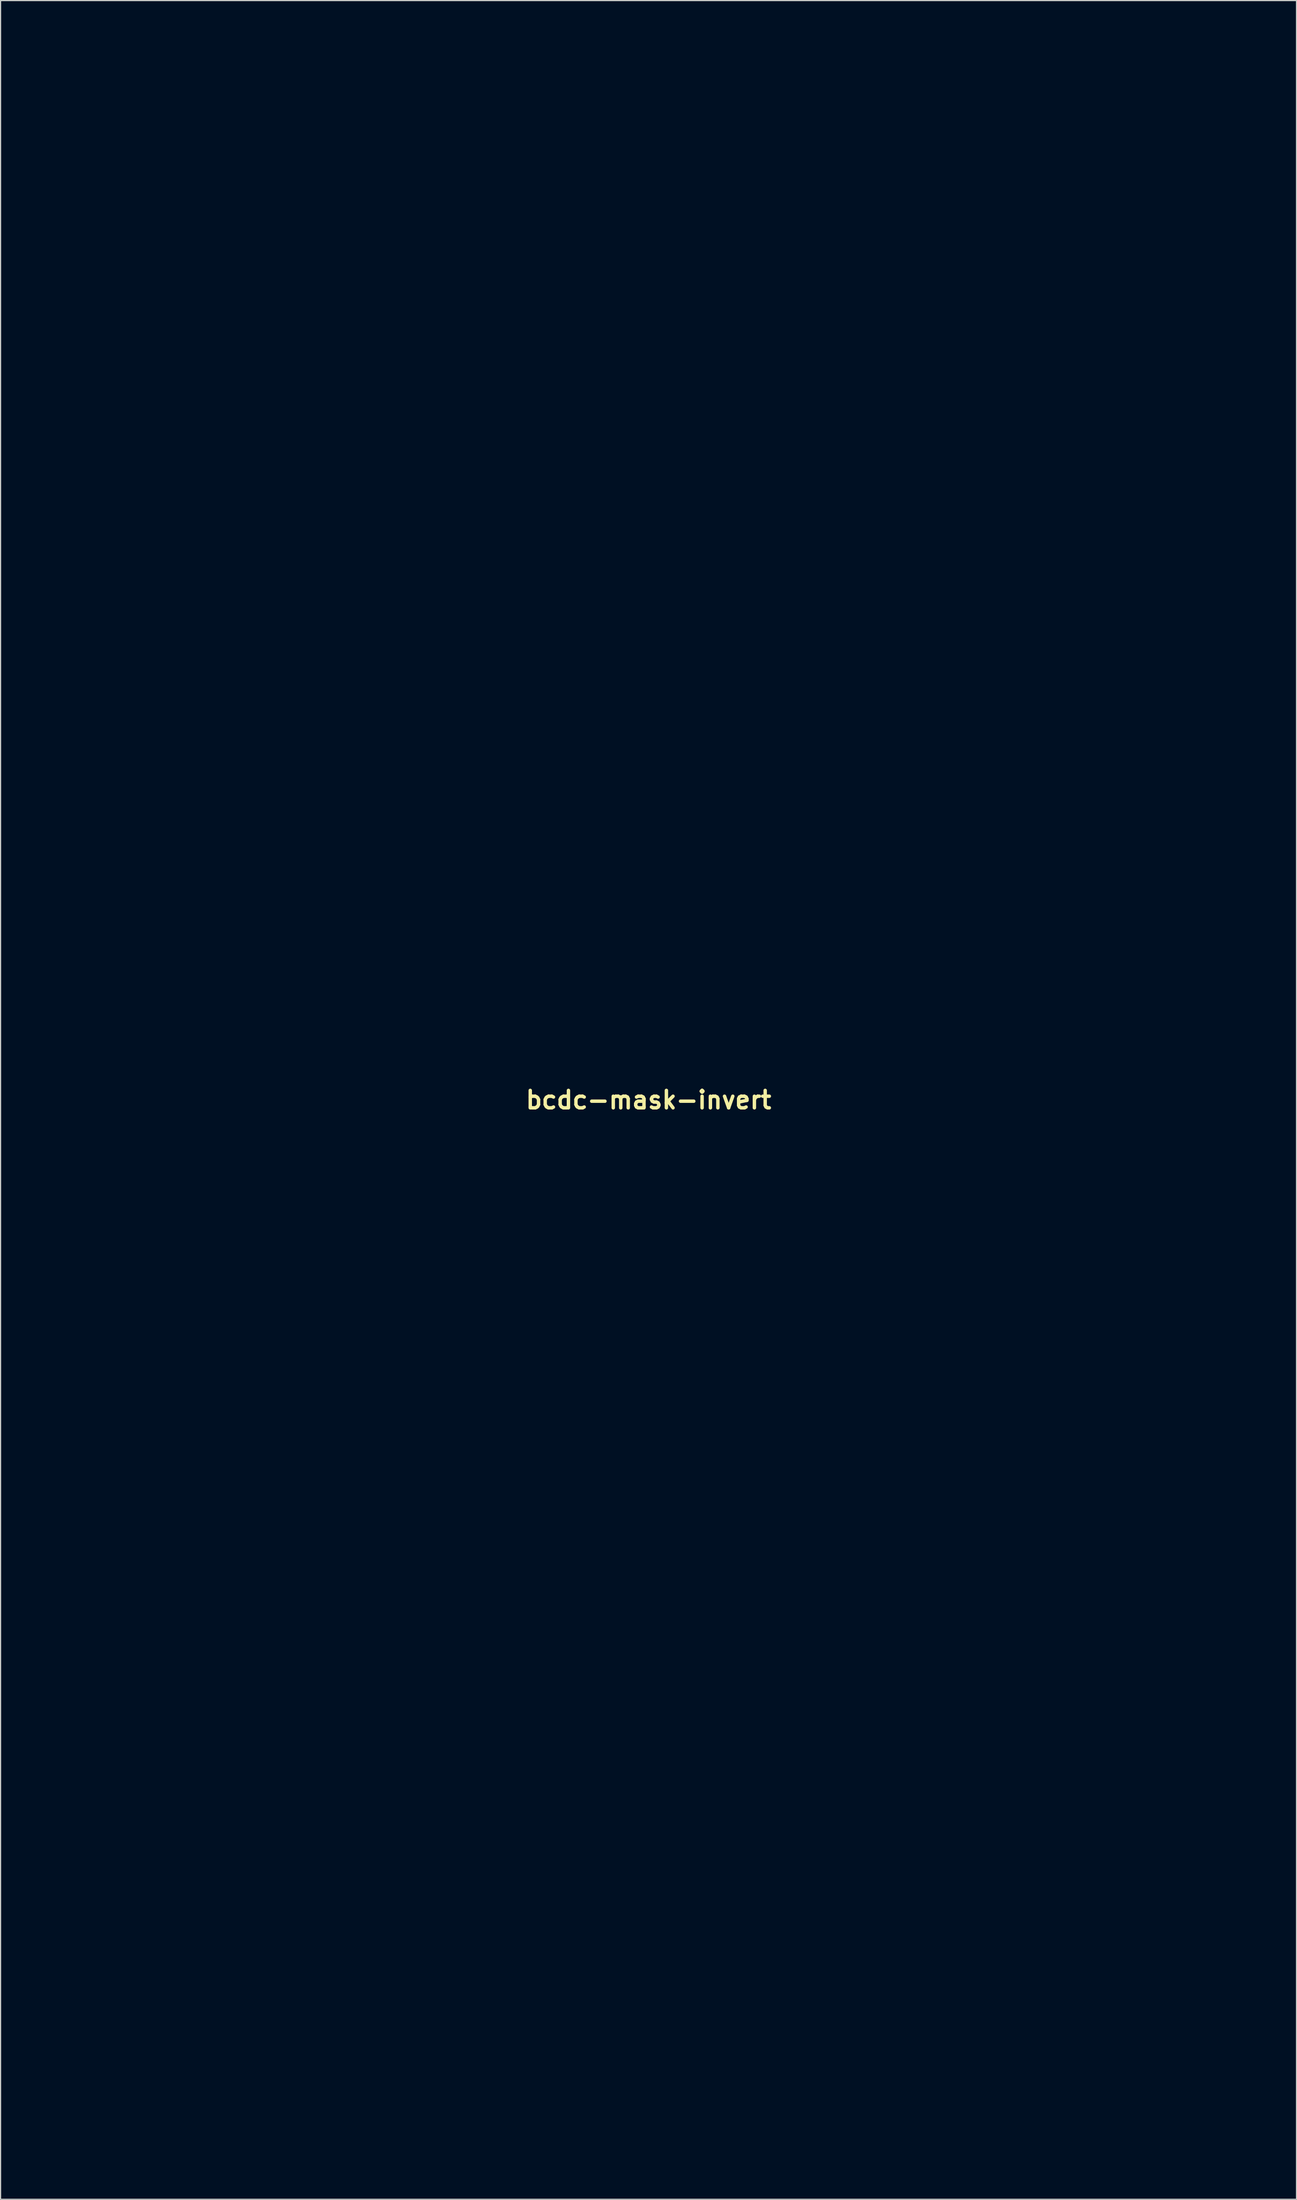
<source format=kicad_pcb>
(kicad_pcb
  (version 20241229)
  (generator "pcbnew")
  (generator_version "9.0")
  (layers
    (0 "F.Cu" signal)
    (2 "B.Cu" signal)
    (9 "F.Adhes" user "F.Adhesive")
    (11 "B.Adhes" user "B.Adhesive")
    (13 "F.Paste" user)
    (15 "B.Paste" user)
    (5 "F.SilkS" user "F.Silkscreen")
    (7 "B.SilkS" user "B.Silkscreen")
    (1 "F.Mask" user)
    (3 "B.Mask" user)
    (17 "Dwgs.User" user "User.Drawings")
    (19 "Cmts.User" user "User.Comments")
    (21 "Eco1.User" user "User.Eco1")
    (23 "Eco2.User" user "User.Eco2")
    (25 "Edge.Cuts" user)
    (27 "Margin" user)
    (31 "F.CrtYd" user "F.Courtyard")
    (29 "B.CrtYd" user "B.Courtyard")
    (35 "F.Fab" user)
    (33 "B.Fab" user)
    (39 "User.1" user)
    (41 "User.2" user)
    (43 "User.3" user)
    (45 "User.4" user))
  (footprint "bcdc-mask-invert"
    (layer "F.Cu")
    (at 53.647 93.079)
    (property "Reference" "bcdc-mask-invert" (at 0 0 0) (layer "F.SilkS") (effects (font (size 1.524 1.524) (thickness 0.3))))
    (attr through_hole)
    (fp_poly (pts (xy -7.549 -39.765) (xy -7.497 -34.891) (xy -7.483 -33.312) (xy -7.484 -32.047) (xy -7.506 -31.057) (xy -7.554 -30.3) (xy -7.634 -29.736) (xy -7.751 -29.324) (xy -7.912 -29.025) (xy -8.123 -28.796) (xy -8.388 -28.599) (xy -8.393 -28.596) (xy -8.646 -28.544) (xy -9.222 -28.495) (xy -10.086 -28.451) (xy -11.206 -28.412) (xy -12.548 -28.376) (xy -14.08 -28.345) (xy -15.767 -28.318) (xy -17.578 -28.296) (xy -19.478 -28.278) (xy -21.434 -28.266) (xy -23.414 -28.258) (xy -25.384 -28.256) (xy -27.31 -28.258) (xy -29.16 -28.266) (xy -30.901 -28.28) (xy -32.499 -28.298) (xy -33.921 -28.323) (xy -35.133 -28.353) (xy -36.104 -28.389) (xy -36.798 -28.432) (xy -37.184 -28.48) (xy -37.234 -28.495) (xy -37.546 -28.64) (xy -37.795 -28.795) (xy -37.988 -29.001) (xy -38.131 -29.296) (xy -38.233 -29.721) (xy -38.3 -30.314) (xy -38.34 -31.115) (xy -38.359 -32.163) (xy -38.366 -33.498) (xy -38.366 -34.69) (xy -38.366 -39.815) (xy -37.847 -40.334) (xy -37.328 -40.853) (xy -8.592 -40.853) (xy -7.549 -39.765)) (stroke (width 0.01) (type solid)) (fill yes) (layer "F.Mask"))
    (fp_poly (pts (xy 22.322 -40.849) (xy 24.926 -40.848) (xy 27.197 -40.846) (xy 29.16 -40.842) (xy 30.837 -40.837) (xy 32.252 -40.828) (xy 33.428 -40.817) (xy 34.388 -40.803) (xy 35.156 -40.784) (xy 35.755 -40.761) (xy 36.208 -40.733) (xy 36.538 -40.7) (xy 36.769 -40.66) (xy 36.924 -40.614) (xy 37.026 -40.562) (xy 37.058 -40.538) (xy 37.28 -40.342) (xy 37.455 -40.126) (xy 37.588 -39.848) (xy 37.686 -39.465) (xy 37.754 -38.936) (xy 37.797 -38.218) (xy 37.821 -37.269) (xy 37.831 -36.047) (xy 37.833 -34.604) (xy 37.831 -33.153) (xy 37.824 -32.013) (xy 37.81 -31.14) (xy 37.785 -30.491) (xy 37.746 -30.02) (xy 37.691 -29.685) (xy 37.617 -29.441) (xy 37.522 -29.244) (xy 37.487 -29.185) (xy 36.965 -28.648) (xy 36.466 -28.431) (xy 36.171 -28.399) (xy 35.556 -28.37) (xy 34.654 -28.344) (xy 33.499 -28.322) (xy 32.125 -28.302) (xy 30.567 -28.287) (xy 28.859 -28.274) (xy 27.034 -28.265) (xy 25.127 -28.259) (xy 23.172 -28.256) (xy 21.202 -28.257) (xy 19.252 -28.261) (xy 17.356 -28.268) (xy 15.548 -28.279) (xy 13.862 -28.293) (xy 12.332 -28.31) (xy 10.991 -28.33) (xy 9.875 -28.353) (xy 9.018 -28.38) (xy 8.452 -28.41) (xy 8.226 -28.438) (xy 7.702 -28.702) (xy 7.294 -29.067) (xy 7.188 -29.217) (xy 7.104 -29.392) (xy 7.041 -29.635) (xy 6.995 -29.987) (xy 6.963 -30.49) (xy 6.943 -31.185) (xy 6.932 -32.115) (xy 6.928 -33.321) (xy 6.927 -34.674) (xy 6.927 -39.815) (xy 7.446 -40.334) (xy 7.966 -40.853) (xy 22.322 -40.849)) (stroke (width 0.01) (type solid)) (fill yes) (layer "F.Mask"))
    (fp_poly (pts (xy 1.075 -0.827) (xy 3.488 -0.601) (xy 5.862 -0.167) (xy 8.153 0.457) (xy 10.315 1.258) (xy 12.303 2.218) (xy 14.075 3.321) (xy 15.584 4.552) (xy 16.534 5.571) (xy 17.649 7.211) (xy 18.446 8.984) (xy 18.919 10.851) (xy 19.058 12.773) (xy 18.855 14.713) (xy 18.661 15.546) (xy 18.095 17.225) (xy 17.397 18.59) (xy 16.543 19.665) (xy 15.512 20.475) (xy 14.281 21.041) (xy 13.357 21.293) (xy 12.058 21.459) (xy 10.962 21.35) (xy 10.036 20.956) (xy 9.244 20.266) (xy 8.966 19.915) (xy 8.483 19.13) (xy 8.134 18.258) (xy 7.896 17.219) (xy 7.748 15.934) (xy 7.716 15.453) (xy 7.62 14.203) (xy 7.476 13.264) (xy 7.251 12.593) (xy 6.911 12.147) (xy 6.425 11.883) (xy 5.759 11.756) (xy 4.883 11.723) (xy 3.915 11.767) (xy 3.074 11.886) (xy 2.642 12.002) (xy 1.703 12.236) (xy 0.56 12.366) (xy -0.649 12.388) (xy -1.786 12.298) (xy -2.487 12.16) (xy -3.23 12.004) (xy -4.152 11.87) (xy -5.076 11.784) (xy -5.246 11.775) (xy -6.031 11.747) (xy -6.554 11.762) (xy -6.908 11.832) (xy -7.184 11.971) (xy -7.346 12.09) (xy -7.669 12.388) (xy -7.907 12.738) (xy -8.078 13.205) (xy -8.202 13.854) (xy -8.297 14.749) (xy -8.356 15.542) (xy -8.476 16.867) (xy -8.652 17.911) (xy -8.906 18.748) (xy -9.26 19.449) (xy -9.725 20.075) (xy -10.528 20.825) (xy -11.426 21.279) (xy -12.467 21.452) (xy -13.7 21.357) (xy -13.984 21.305) (xy -15.39 20.871) (xy -16.595 20.159) (xy -17.606 19.161) (xy -18.43 17.871) (xy -19.073 16.281) (xy -19.354 15.264) (xy -19.667 13.27) (xy -19.63 11.337) (xy -19.243 9.459) (xy -18.548 7.711) (xy -17.573 6.129) (xy -16.288 4.674) (xy -14.719 3.361) (xy -12.891 2.2) (xy -10.831 1.206) (xy -8.564 0.391) (xy -6.117 -0.232) (xy -3.516 -0.651) (xy -1.332 -0.829) (xy 1.075 -0.827)) (stroke (width 0.01) (type solid)) (fill yes) (layer "F.Mask"))
    (fp_poly (pts (xy 53.642 93.074) (xy -53.642 93.074) (xy -53.642 -4.929) (xy -43.573 -4.929) (xy -43.554 -3.799) (xy -43.48 -2.444) (xy -43.357 -0.929) (xy -43.193 0.686) (xy -42.993 2.338) (xy -42.765 3.964) (xy -42.514 5.502) (xy -42.247 6.889) (xy -42.165 7.269) (xy -41.524 9.704) (xy -40.715 11.983) (xy -39.697 14.201) (xy -38.431 16.449) (xy -37.652 17.673) (xy -36.925 18.738) (xy -36.027 19.99) (xy -35.022 21.345) (xy -33.97 22.722) (xy -32.935 24.039) (xy -31.978 25.212) (xy -31.871 25.339) (xy -30.7 26.934) (xy -29.855 28.567) (xy -29.307 30.305) (xy -29.041 32.076) (xy -29.028 32.715) (xy -29.066 33.676) (xy -29.151 34.932) (xy -29.28 36.456) (xy -29.449 38.218) (xy -29.655 40.191) (xy -29.894 42.346) (xy -30.163 44.657) (xy -30.459 47.094) (xy -30.777 49.629) (xy -31.115 52.235) (xy -31.469 54.884) (xy -31.835 57.546) (xy -32.211 60.196) (xy -32.592 62.803) (xy -32.975 65.341) (xy -33.357 67.781) (xy -33.734 70.094) (xy -33.774 70.338) (xy -34.129 72.619) (xy -34.373 74.598) (xy -34.506 76.313) (xy -34.528 77.801) (xy -34.436 79.1) (xy -34.23 80.245) (xy -33.91 81.274) (xy -33.473 82.224) (xy -33.447 82.272) (xy -32.696 83.329) (xy -31.686 84.272) (xy -30.562 84.987) (xy -29.719 85.339) (xy -28.565 85.709) (xy -27.143 86.087) (xy -25.497 86.465) (xy -23.67 86.835) (xy -21.706 87.187) (xy -19.647 87.512) (xy -17.538 87.803) (xy -15.421 88.051) (xy -14.92 88.103) (xy -12.941 88.272) (xy -10.676 88.415) (xy -8.196 88.531) (xy -5.569 88.619) (xy -2.864 88.677) (xy -0.152 88.704) (xy 2.499 88.701) (xy 5.019 88.665) (xy 7.34 88.595) (xy 9.391 88.491) (xy 9.769 88.466) (xy 12.547 88.251) (xy 15.056 88.013) (xy 17.381 87.741) (xy 19.608 87.424) (xy 21.824 87.052) (xy 24.112 86.612) (xy 24.245 86.585) (xy 25.811 86.256) (xy 27.078 85.965) (xy 28.098 85.696) (xy 28.925 85.43) (xy 29.61 85.153) (xy 30.206 84.847) (xy 30.695 84.543) (xy 31.665 83.792) (xy 32.402 82.956) (xy 33.008 81.913) (xy 33.127 81.659) (xy 33.467 80.769) (xy 33.708 79.784) (xy 33.851 78.67) (xy 33.896 77.391) (xy 33.841 75.913) (xy 33.688 74.201) (xy 33.436 72.219) (xy 33.085 69.933) (xy 33.064 69.806) (xy 32.499 66.267) (xy 31.922 62.454) (xy 31.344 58.447) (xy 30.776 54.326) (xy 30.229 50.171) (xy 29.713 46.062) (xy 29.24 42.079) (xy 28.943 39.432) (xy 28.715 37.29) (xy 28.546 35.451) (xy 28.449 33.869) (xy 28.435 32.496) (xy 28.518 31.283) (xy 28.711 30.183) (xy 29.025 29.147) (xy 29.475 28.128) (xy 30.071 27.078) (xy 30.828 25.949) (xy 31.757 24.692) (xy 32.872 23.261) (xy 33.383 22.616) (xy 35.108 20.381) (xy 36.583 18.327) (xy 37.833 16.409) (xy 38.882 14.58) (xy 39.752 12.794) (xy 40.469 11.005) (xy 41.057 9.168) (xy 41.538 7.236) (xy 41.641 6.75) (xy 41.896 5.402) (xy 42.136 3.927) (xy 42.356 2.377) (xy 42.552 0.804) (xy 42.717 -0.741) (xy 42.848 -2.207) (xy 42.94 -3.54) (xy 42.986 -4.69) (xy 42.983 -5.604) (xy 42.925 -6.232) (xy 42.905 -6.325) (xy 42.826 -6.593) (xy 42.743 -6.659) (xy 42.607 -6.487) (xy 42.371 -6.043) (xy 42.279 -5.862) (xy 42.057 -5.372) (xy 41.749 -4.623) (xy 41.384 -3.692) (xy 40.995 -2.654) (xy 40.676 -1.776) (xy 39.916 0.325) (xy 39.23 2.154) (xy 38.591 3.777) (xy 37.971 5.263) (xy 37.341 6.678) (xy 36.675 8.09) (xy 36.412 8.629) (xy 35.463 10.465) (xy 34.584 11.969) (xy 33.763 13.156) (xy 32.991 14.04) (xy 32.255 14.637) (xy 31.832 14.862) (xy 31.395 15.006) (xy 31.029 14.977) (xy 30.613 14.807) (xy 30.027 14.434) (xy 29.51 13.887) (xy 29.046 13.132) (xy 28.618 12.132) (xy 28.207 10.854) (xy 27.797 9.261) (xy 27.73 8.97) (xy 27.246 7.38) (xy 26.531 5.716) (xy 25.645 4.106) (xy 24.845 2.931) (xy 24.427 2.417) (xy 23.813 1.713) (xy 23.059 0.882) (xy 22.221 -0.016) (xy 21.355 -0.919) (xy 21.234 -1.043) (xy 18.87 -3.35) (xy 16.598 -5.342) (xy 14.395 -7.039) (xy 12.233 -8.461) (xy 10.169 -9.587) (xy 8.52 -10.339) (xy 6.97 -10.912) (xy 5.422 -11.329) (xy 3.782 -11.611) (xy 3.372 -11.65) (xy 43.879 -11.65) (xy 43.916 -10.366) (xy 44.052 -8.988) (xy 44.138 -8.407) (xy 44.482 -6.694) (xy 44.918 -5.18) (xy 45.431 -3.883) (xy 46.006 -2.824) (xy 46.628 -2.022) (xy 47.282 -1.498) (xy 47.954 -1.272) (xy 48.627 -1.363) (xy 49.187 -1.703) (xy 49.62 -2.18) (xy 49.932 -2.804) (xy 50.131 -3.622) (xy 50.228 -4.678) (xy 50.233 -6.019) (xy 50.214 -6.565) (xy 50.034 -8.756) (xy 49.686 -10.673) (xy 49.159 -12.359) (xy 48.961 -12.836) (xy 48.569 -13.546) (xy 48.16 -13.918) (xy 47.71 -13.966) (xy 47.432 -13.858) (xy 47.136 -13.507) (xy 47.093 -12.907) (xy 47.301 -12.057) (xy 47.421 -11.734) (xy 47.733 -10.774) (xy 48.02 -9.591) (xy 48.258 -8.314) (xy 48.423 -7.075) (xy 48.489 -6.005) (xy 48.49 -5.922) (xy 48.459 -5.049) (xy 48.376 -4.289) (xy 48.253 -3.703) (xy 48.103 -3.352) (xy 47.944 -3.294) (xy 47.707 -3.573) (xy 47.405 -4.116) (xy 47.072 -4.847) (xy 46.741 -5.69) (xy 46.444 -6.567) (xy 46.259 -7.221) (xy 45.937 -8.752) (xy 45.745 -10.25) (xy 45.689 -11.625) (xy 45.777 -12.788) (xy 45.82 -13.025) (xy 45.921 -13.661) (xy 45.956 -14.211) (xy 45.933 -14.47) (xy 45.683 -14.846) (xy 45.251 -14.998) (xy 44.755 -14.894) (xy 44.648 -14.832) (xy 44.326 -14.43) (xy 44.088 -13.732) (xy 43.938 -12.788) (xy 43.879 -11.65) (xy 3.372 -11.65) (xy 1.955 -11.782) (xy 0.533 -11.846) (xy -1.749 -11.854) (xy -3.783 -11.718) (xy -5.651 -11.423) (xy -7.437 -10.953) (xy -9.225 -10.29) (xy -10.569 -9.681) (xy -12.539 -8.64) (xy -14.464 -7.433) (xy -16.387 -6.029) (xy -18.353 -4.393) (xy -20.406 -2.492) (xy -21.733 -1.174) (xy -22.614 -0.268) (xy -23.466 0.632) (xy -24.238 1.468) (xy -24.878 2.184) (xy -25.334 2.723) (xy -25.427 2.842) (xy -26.533 4.527) (xy -27.481 6.431) (xy -28.214 8.433) (xy -28.521 9.598) (xy -28.938 11.22) (xy -29.395 12.518) (xy -29.909 13.519) (xy -30.497 14.253) (xy -31.174 14.749) (xy -31.401 14.859) (xy -31.841 15.006) (xy -32.208 14.978) (xy -32.605 14.814) (xy -33.333 14.315) (xy -34.122 13.492) (xy -34.956 12.365) (xy -35.82 10.958) (xy -36.7 9.292) (xy -37.476 7.629) (xy -37.839 6.784) (xy -38.297 5.682) (xy -38.82 4.399) (xy -39.377 3.01) (xy -39.937 1.591) (xy -40.396 0.412) (xy -40.901 -0.887) (xy -41.396 -2.142) (xy -41.858 -3.296) (xy -42.264 -4.292) (xy -42.592 -5.073) (xy -42.817 -5.581) (xy -42.823 -5.595) (xy -43.414 -6.838) (xy -43.531 -5.773) (xy -43.573 -4.929) (xy -53.642 -4.929) (xy -53.642 -39.61) (xy -45.116 -39.61) (xy -45.116 -36.59) (xy -41.386 -36.59) (xy -41.386 -32.766) (xy -41.381 -31.378) (xy -41.36 -30.291) (xy -41.314 -29.45) (xy -41.233 -28.8) (xy -41.107 -28.287) (xy -40.928 -27.856) (xy -40.685 -27.452) (xy -40.398 -27.057) (xy -39.737 -26.411) (xy -38.861 -25.857) (xy -37.908 -25.478) (xy -37.63 -25.411) (xy -37.334 -25.387) (xy -36.711 -25.365) (xy -35.79 -25.345) (xy -34.599 -25.327) (xy -33.166 -25.312) (xy -31.521 -25.3) (xy -29.691 -25.29) (xy -27.705 -25.284) (xy -25.591 -25.281) (xy -23.378 -25.282) (xy -22.558 -25.284) (xy -8.259 -25.311) (xy -7.328 -25.732) (xy -6.659 -26.115) (xy -6.013 -26.611) (xy -5.757 -26.862) (xy -5.388 -27.288) (xy -5.102 -27.684) (xy -4.887 -28.105) (xy -4.73 -28.604) (xy -4.62 -29.233) (xy -4.546 -30.047) (xy -4.494 -31.098) (xy -4.454 -32.439) (xy -4.447 -32.76) (xy -4.352 -36.656) (xy -3.375 -37.021) (xy -2.569 -37.227) (xy -1.536 -37.356) (xy -0.384 -37.407) (xy 0.78 -37.381) (xy 1.848 -37.277) (xy 2.712 -37.096) (xy 2.931 -37.02) (xy 3.819 -36.669) (xy 3.908 -32.677) (xy 3.94 -31.349) (xy 3.975 -30.325) (xy 4.017 -29.555) (xy 4.07 -28.986) (xy 4.139 -28.569) (xy 4.229 -28.252) (xy 4.341 -27.993) (xy 4.992 -27.029) (xy 5.883 -26.2) (xy 6.734 -25.688) (xy 6.884 -25.621) (xy 7.04 -25.563) (xy 7.226 -25.512) (xy 7.466 -25.468) (xy 7.783 -25.432) (xy 8.201 -25.401) (xy 8.744 -25.377) (xy 9.435 -25.357) (xy 10.299 -25.341) (xy 11.358 -25.33) (xy 12.637 -25.322) (xy 14.159 -25.317) (xy 15.948 -25.313) (xy 18.028 -25.312) (xy 20.422 -25.311) (xy 22.38 -25.311) (xy 25.077 -25.311) (xy 27.441 -25.31) (xy 29.497 -25.311) (xy 31.27 -25.316) (xy 32.781 -25.326) (xy 34.055 -25.343) (xy 35.116 -25.369) (xy 35.988 -25.405) (xy 36.692 -25.454) (xy 37.255 -25.518) (xy 37.698 -25.597) (xy 38.047 -25.695) (xy 38.323 -25.812) (xy 38.552 -25.95) (xy 38.756 -26.112) (xy 38.959 -26.299) (xy 39.186 -26.512) (xy 39.271 -26.591) (xy 39.72 -27.013) (xy 40.069 -27.405) (xy 40.331 -27.819) (xy 40.521 -28.307) (xy 40.65 -28.921) (xy 40.732 -29.714) (xy 40.782 -30.737) (xy 40.812 -32.043) (xy 40.821 -32.638) (xy 40.878 -36.59) (xy 44.406 -36.59) (xy 44.406 -39.61) (xy 40.918 -39.61) (xy 40.603 -40.608) (xy 40.102 -41.669) (xy 39.342 -42.611) (xy 38.409 -43.335) (xy 38.094 -43.502) (xy 37.948 -43.568) (xy 37.794 -43.625) (xy 37.607 -43.675) (xy 37.365 -43.718) (xy 37.043 -43.754) (xy 36.618 -43.784) (xy 36.067 -43.808) (xy 35.365 -43.828) (xy 34.49 -43.843) (xy 33.417 -43.854) (xy 32.123 -43.862) (xy 30.585 -43.867) (xy 28.779 -43.871) (xy 26.681 -43.872) (xy 24.268 -43.873) (xy 22.394 -43.873) (xy 19.293 -43.871) (xy 16.545 -43.864) (xy 14.148 -43.853) (xy 12.1 -43.838) (xy 10.398 -43.818) (xy 9.04 -43.793) (xy 8.024 -43.764) (xy 7.347 -43.731) (xy 7.009 -43.693) (xy 6.983 -43.685) (xy 5.886 -43.09) (xy 4.973 -42.221) (xy 4.298 -41.136) (xy 4.094 -40.617) (xy 3.927 -40.186) (xy 3.747 -40.022) (xy 3.457 -40.048) (xy 3.401 -40.063) (xy 2.022 -40.336) (xy 0.488 -40.475) (xy -1.072 -40.478) (xy -2.527 -40.343) (xy -3.419 -40.165) (xy -4.047 -40.007) (xy -4.406 -39.945) (xy -4.572 -39.976) (xy -4.617 -40.101) (xy -4.618 -40.153) (xy -4.769 -40.869) (xy -5.179 -41.645) (xy -5.781 -42.399) (xy -6.508 -43.047) (xy -7.279 -43.499) (xy -7.439 -43.566) (xy -7.602 -43.625) (xy -7.792 -43.675) (xy -8.032 -43.718) (xy -8.346 -43.754) (xy -8.758 -43.784) (xy -9.291 -43.807) (xy -9.969 -43.826) (xy -10.815 -43.839) (xy -11.853 -43.847) (xy -13.106 -43.852) (xy -14.598 -43.853) (xy -16.353 -43.85) (xy -18.394 -43.846) (xy -20.745 -43.839) (xy -23.234 -43.831) (xy -38.306 -43.784) (xy -39.18 -43.246) (xy -39.951 -42.632) (xy -40.621 -41.842) (xy -41.11 -40.986) (xy -41.321 -40.298) (xy -41.431 -39.61) (xy -45.116 -39.61) (xy -53.642 -39.61) (xy -53.642 -64.446) (xy -40.653 -64.446) (xy -40.521 -64.299) (xy -40.516 -64.299) (xy -40.355 -64.432) (xy -40.021 -64.796) (xy -39.557 -65.342) (xy -39.007 -66.019) (xy -38.786 -66.298) (xy -37.443 -67.954) (xy -35.999 -69.643) (xy -34.494 -71.321) (xy -32.969 -72.948) (xy -31.465 -74.481) (xy -30.023 -75.877) (xy -28.684 -77.095) (xy -27.489 -78.092) (xy -26.867 -78.56) (xy -24.558 -80.004) (xy -22.141 -81.112) (xy -19.621 -81.88) (xy -17.356 -82.271) (xy -15.766 -82.361) (xy -13.92 -82.31) (xy -11.884 -82.127) (xy -9.725 -81.821) (xy -7.508 -81.402) (xy -5.3 -80.878) (xy -3.453 -80.349) (xy -2.294 -79.999) (xy -1.382 -79.766) (xy -0.629 -79.648) (xy 0.053 -79.641) (xy 0.753 -79.745) (xy 1.558 -79.956) (xy 2.332 -80.199) (xy 3.898 -80.658) (xy 5.701 -81.105) (xy 7.626 -81.516) (xy 9.555 -81.868) (xy 11.373 -82.138) (xy 12.575 -82.27) (xy 15.283 -82.356) (xy 17.859 -82.12) (xy 20.321 -81.555) (xy 22.686 -80.656) (xy 24.971 -79.417) (xy 27.194 -77.832) (xy 27.896 -77.25) (xy 30.023 -75.336) (xy 32.13 -73.25) (xy 34.258 -70.95) (xy 36.449 -68.391) (xy 37.855 -66.658) (xy 38.705 -65.615) (xy 39.361 -64.869) (xy 39.822 -64.42) (xy 40.089 -64.268) (xy 40.162 -64.414) (xy 40.043 -64.859) (xy 39.73 -65.601) (xy 39.226 -66.642) (xy 38.906 -67.266) (xy 36.978 -70.674) (xy 34.9 -73.76) (xy 32.672 -76.524) (xy 30.293 -78.967) (xy 27.765 -81.089) (xy 25.087 -82.888) (xy 22.26 -84.365) (xy 21.581 -84.662) (xy 18.707 -85.73) (xy 15.536 -86.629) (xy 12.09 -87.355) (xy 8.703 -87.865) (xy 7.693 -87.962) (xy 6.396 -88.044) (xy 4.872 -88.109) (xy 3.184 -88.157) (xy 1.391 -88.189) (xy -0.445 -88.203) (xy -2.263 -88.2) (xy -4.003 -88.179) (xy -5.603 -88.139) (xy -7.002 -88.081) (xy -8.14 -88.004) (xy -8.615 -87.956) (xy -11.622 -87.545) (xy -14.339 -87.058) (xy -16.822 -86.481) (xy -19.131 -85.796) (xy -21.325 -84.989) (xy -23.462 -84.044) (xy -23.89 -83.836) (xy -26.65 -82.277) (xy -29.26 -80.397) (xy -31.714 -78.202) (xy -34.008 -75.696) (xy -35.152 -74.25) (xy -35.975 -73.116) (xy -36.788 -71.922) (xy -37.573 -70.704) (xy -38.309 -69.496) (xy -38.978 -68.334) (xy -39.561 -67.253) (xy -40.039 -66.289) (xy -40.393 -65.476) (xy -40.604 -64.85) (xy -40.653 -64.446) (xy -53.642 -64.446) (xy -53.642 -93.074) (xy 53.642 -93.074) (xy 53.642 93.074)) (stroke (width 0.01) (type solid)) (fill yes) (layer "F.Mask")))
  (gr_rect
    (start -3 -3)
    (end 110.294 189.158)
    (stroke (width 0.1) (type default))
    (fill no)
    (layer "Edge.Cuts")))
</source>
